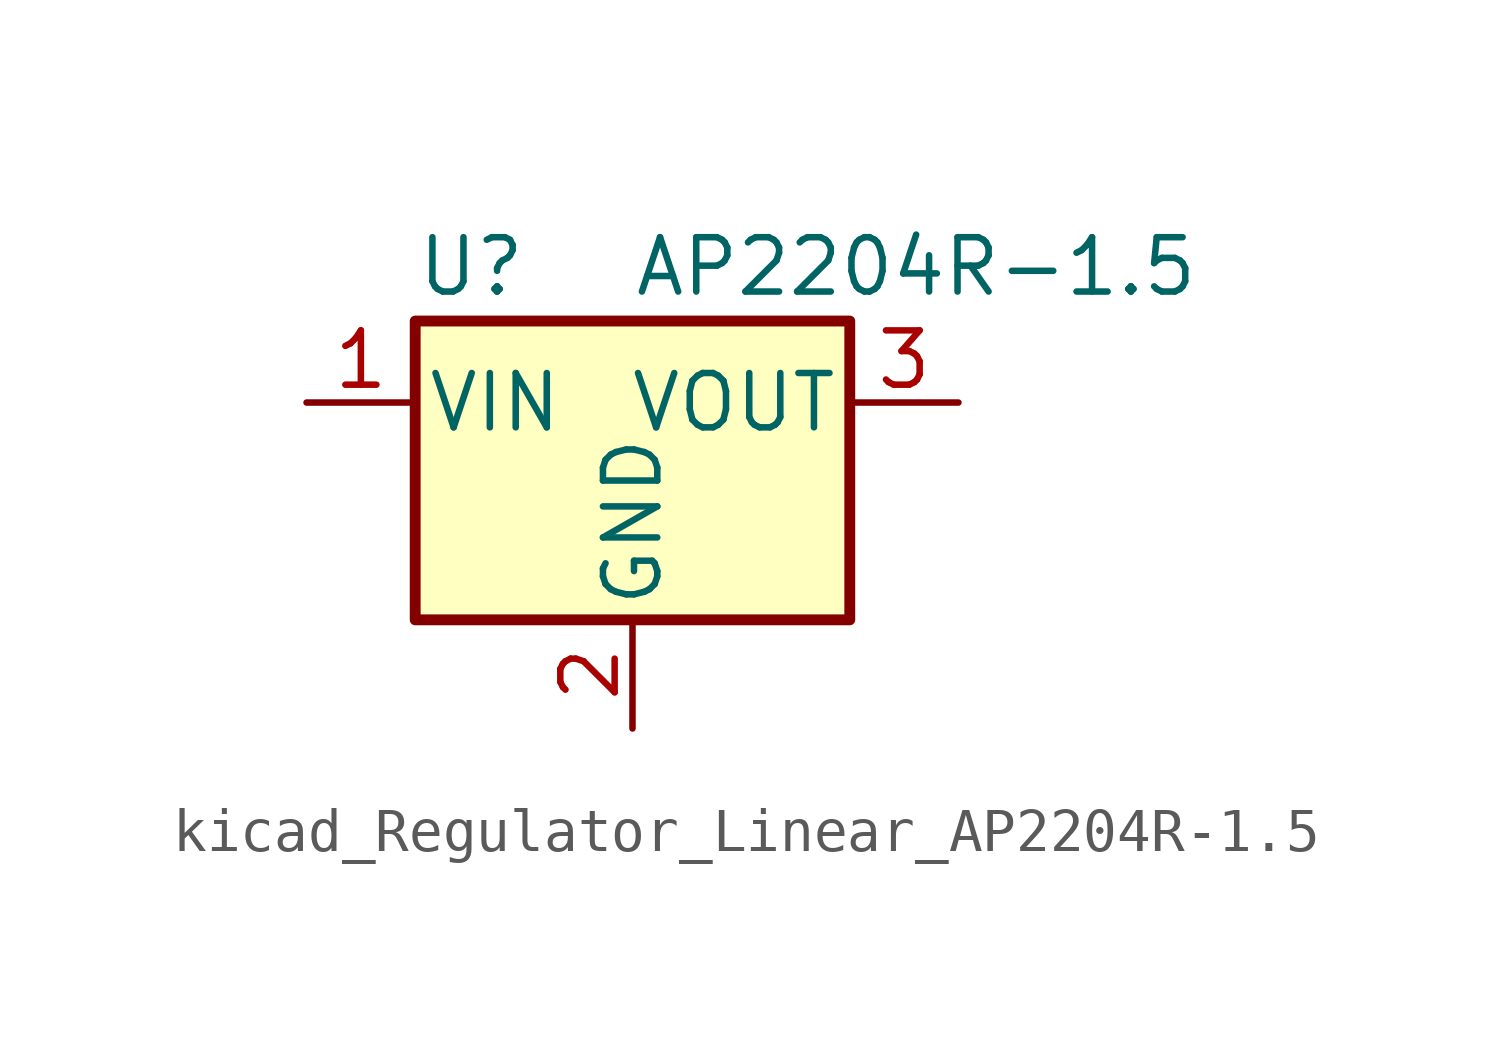
<source format=kicad_sym>
(kicad_symbol_lib
  (version 20220914)
  (generator kicad_symbol_editor)
  (symbol "kicad_Regulator_Linear_AP2204R-1.5"
    (pin_names
      (offset 0.254))
    (property "Reference" "U"
      (at -5.08 3.175 0)
      (effects (font (size 1.27 1.27)) (justify left)))
    (property "Value" "AP2204R-1.5"
      (at 0 3.175 0)
      (effects (font (size 1.27 1.27)) (justify left)))
    (symbol "kicad_Regulator_Linear_AP2204R-1.5_0_1"
      (rectangle (start -5.08 1.905) (end 5.08 -5.08) (stroke (width 0.254) (type default)) (fill (type background))))
    (symbol "kicad_Regulator_Linear_AP2204R-1.5_1_1"
      (pin power_in line (at -7.62 0 0) (length 2.54) (name "VIN" (effects (font (size 1.27 1.27)))) (number "1" (effects (font (size 1.27 1.27)))))
      (pin power_in line (at 0 -7.62 90) (length 2.54) (name "GND" (effects (font (size 1.27 1.27)))) (number "2" (effects (font (size 1.27 1.27)))))
      (pin power_out line (at 7.62 0 180) (length 2.54) (name "VOUT" (effects (font (size 1.27 1.27)))) (number "3" (effects (font (size 1.27 1.27))))))))
</source>
